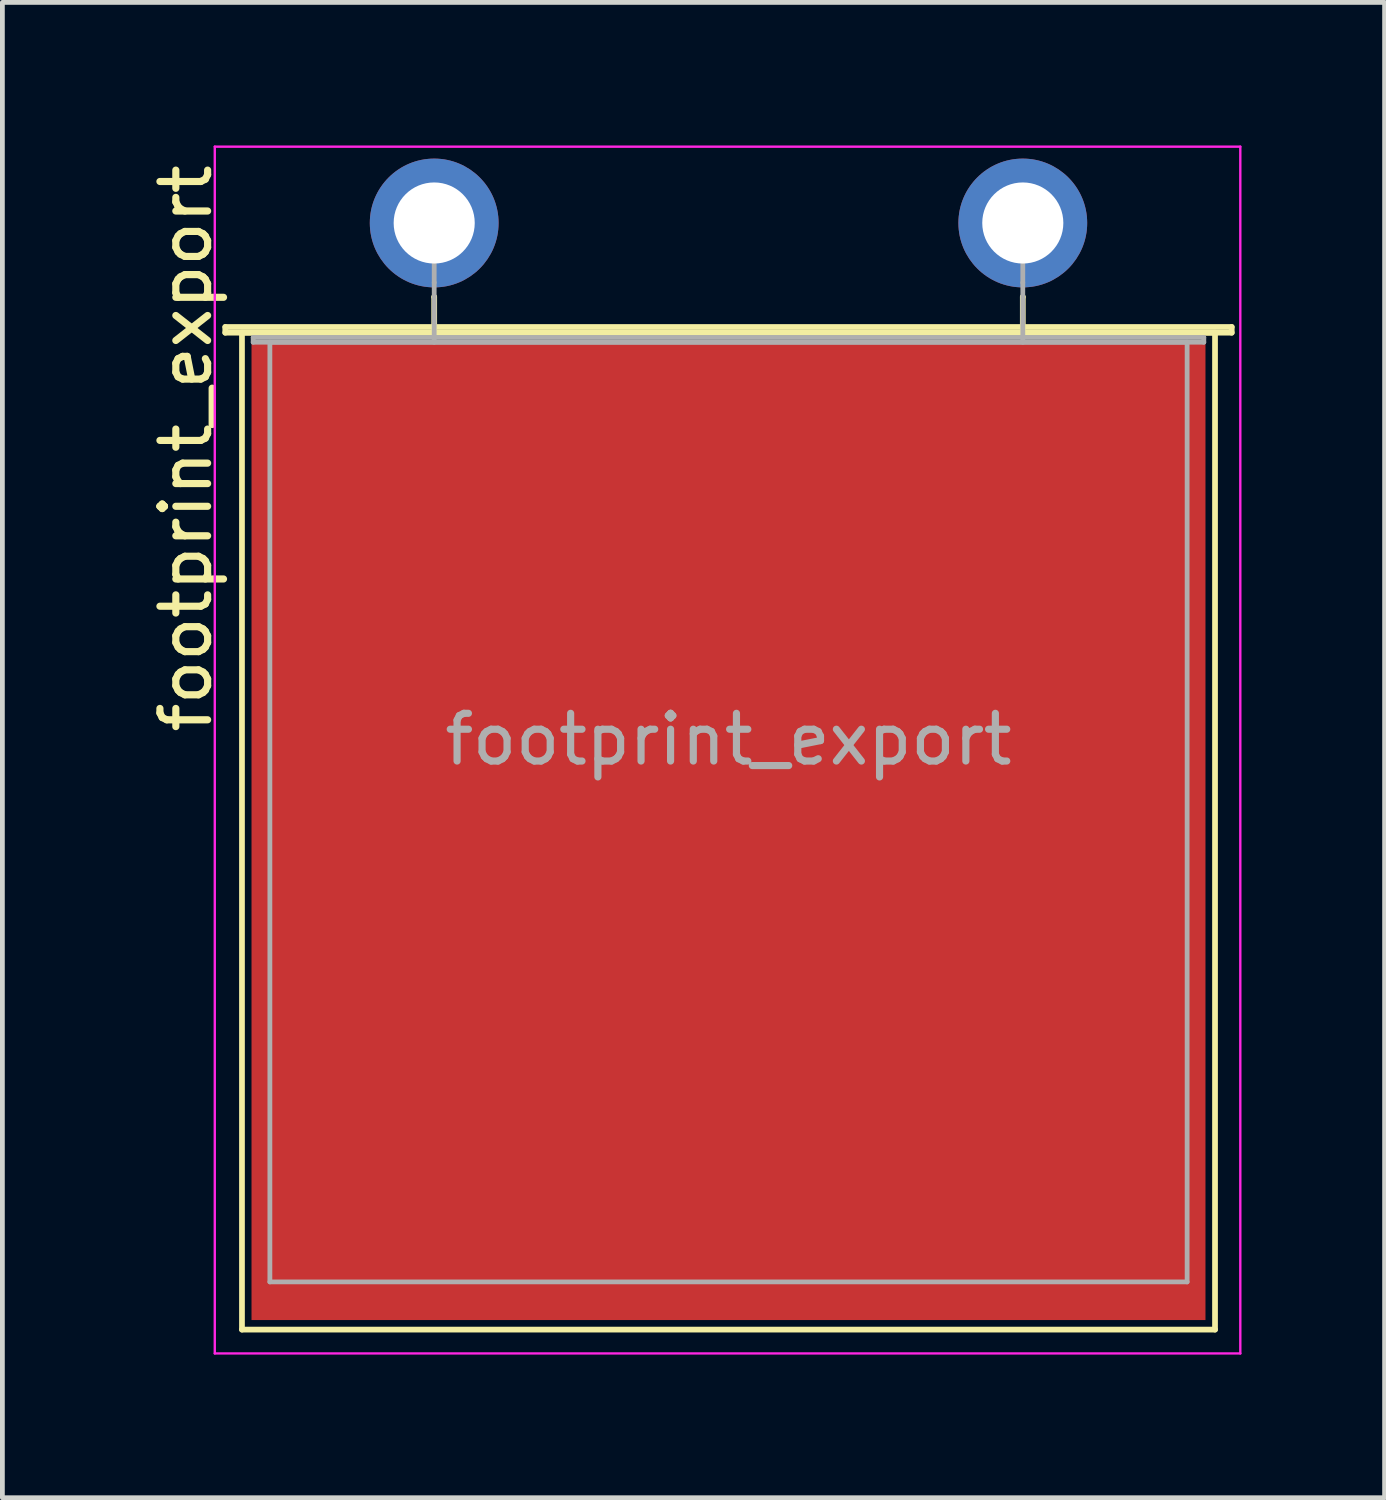
<source format=kicad_pcb>
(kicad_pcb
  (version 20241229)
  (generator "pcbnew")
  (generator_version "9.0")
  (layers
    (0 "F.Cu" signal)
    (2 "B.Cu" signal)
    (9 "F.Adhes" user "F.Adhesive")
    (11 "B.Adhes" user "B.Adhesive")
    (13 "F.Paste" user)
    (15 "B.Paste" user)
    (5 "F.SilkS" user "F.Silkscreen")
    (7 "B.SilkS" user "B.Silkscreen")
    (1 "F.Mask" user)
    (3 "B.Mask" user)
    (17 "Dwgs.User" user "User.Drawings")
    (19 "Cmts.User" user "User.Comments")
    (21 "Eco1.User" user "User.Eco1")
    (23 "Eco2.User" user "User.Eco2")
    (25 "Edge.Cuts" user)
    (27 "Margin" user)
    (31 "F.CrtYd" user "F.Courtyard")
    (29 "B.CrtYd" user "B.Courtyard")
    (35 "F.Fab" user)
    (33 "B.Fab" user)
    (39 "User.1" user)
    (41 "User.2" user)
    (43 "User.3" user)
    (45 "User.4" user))
  (footprint "footprint_export"
    (layer "F.Cu")
    (at 6.053 1.625)
    (property "Reference" "footprint_export" (at -5.205 4.725 90) (layer "F.SilkS") (effects (font (size 1 1) (thickness 0.15))))
    (attr through_hole)
    (fp_line (start -4.38 2.18) (end 16.72 2.18) (stroke (width 0.12) (type solid)) (layer "F.SilkS"))
    (fp_line (start -4.38 2.3) (end -4.38 2.18) (stroke (width 0.12) (type solid)) (layer "F.SilkS"))
    (fp_line (start -4.03 2.3) (end -4.03 23.2) (stroke (width 0.12) (type solid)) (layer "F.SilkS"))
    (fp_line (start -4.03 23.2) (end 16.37 23.2) (stroke (width 0.12) (type solid)) (layer "F.SilkS"))
    (fp_line (start 0 1.55) (end 0 1.55) (stroke (width 0.12) (type solid)) (layer "F.SilkS"))
    (fp_line (start 0 2.3) (end 0 1.55) (stroke (width 0.12) (type solid)) (layer "F.SilkS"))
    (fp_line (start 12.34 1.55) (end 12.34 1.55) (stroke (width 0.12) (type solid)) (layer "F.SilkS"))
    (fp_line (start 12.34 2.3) (end 12.34 1.55) (stroke (width 0.12) (type solid)) (layer "F.SilkS"))
    (fp_line (start 16.37 2.3) (end -4.03 2.3) (stroke (width 0.12) (type solid)) (layer "F.SilkS"))
    (fp_line (start 16.37 23.2) (end 16.37 2.3) (stroke (width 0.12) (type solid)) (layer "F.SilkS"))
    (fp_line (start 16.72 2.18) (end 16.72 2.3) (stroke (width 0.12) (type solid)) (layer "F.SilkS"))
    (fp_line (start 16.72 2.3) (end -4.38 2.3) (stroke (width 0.12) (type solid)) (layer "F.SilkS"))
    (fp_line (start -4.6 -1.6) (end -4.6 23.7) (stroke (width 0.05) (type solid)) (layer "F.CrtYd"))
    (fp_line (start -4.6 23.7) (end 16.9 23.7) (stroke (width 0.05) (type solid)) (layer "F.CrtYd"))
    (fp_line (start 16.9 -1.6) (end -4.6 -1.6) (stroke (width 0.05) (type solid)) (layer "F.CrtYd"))
    (fp_line (start 16.9 23.7) (end 16.9 -1.6) (stroke (width 0.05) (type solid)) (layer "F.CrtYd"))
    (fp_line (start -3.795 2.4) (end 16.135 2.4) (stroke (width 0.1) (type solid)) (layer "F.Fab"))
    (fp_line (start -3.795 2.5) (end -3.795 2.4) (stroke (width 0.1) (type solid)) (layer "F.Fab"))
    (fp_line (start -3.445 2.5) (end -3.445 22.2) (stroke (width 0.1) (type solid)) (layer "F.Fab"))
    (fp_line (start -3.445 22.2) (end 15.785 22.2) (stroke (width 0.1) (type solid)) (layer "F.Fab"))
    (fp_line (start 0 1.25) (end 0 0) (stroke (width 0.1) (type solid)) (layer "F.Fab"))
    (fp_line (start 0 2.5) (end 0 1.25) (stroke (width 0.1) (type solid)) (layer "F.Fab"))
    (fp_line (start 12.34 1.25) (end 12.34 0) (stroke (width 0.1) (type solid)) (layer "F.Fab"))
    (fp_line (start 12.34 2.5) (end 12.34 1.25) (stroke (width 0.1) (type solid)) (layer "F.Fab"))
    (fp_line (start 15.785 2.5) (end -3.445 2.5) (stroke (width 0.1) (type solid)) (layer "F.Fab"))
    (fp_line (start 15.785 22.2) (end 15.785 2.5) (stroke (width 0.1) (type solid)) (layer "F.Fab"))
    (fp_line (start 16.135 2.4) (end 16.135 2.5) (stroke (width 0.1) (type solid)) (layer "F.Fab"))
    (fp_line (start 16.135 2.5) (end -3.795 2.5) (stroke (width 0.1) (type solid)) (layer "F.Fab"))
    (fp_text user "${REFERENCE}" (at 6.17 10.825 0) (layer "F.Fab") (effects (font (size 1 1) (thickness 0.15))))
    (pad "1" thru_hole circle (at 0 0) (size 2.7 2.7) (drill 1.7) (layers "*.Cu" "*.Mask"))
    (pad "2" thru_hole circle (at 12.34 0) (size 2.7 2.7) (drill 1.7) (layers "*.Cu" "*.Mask"))
    (pad "3" smd rect (at 6.17 12.75) (size 20 20.5) (layers "F.Cu" "F.Mask" "F.Paste")))
  (gr_rect
    (start -3 -3)
    (end 25.978 28.35)
    (stroke (width 0.1) (type default))
    (fill no)
    (layer "Edge.Cuts")))
</source>
